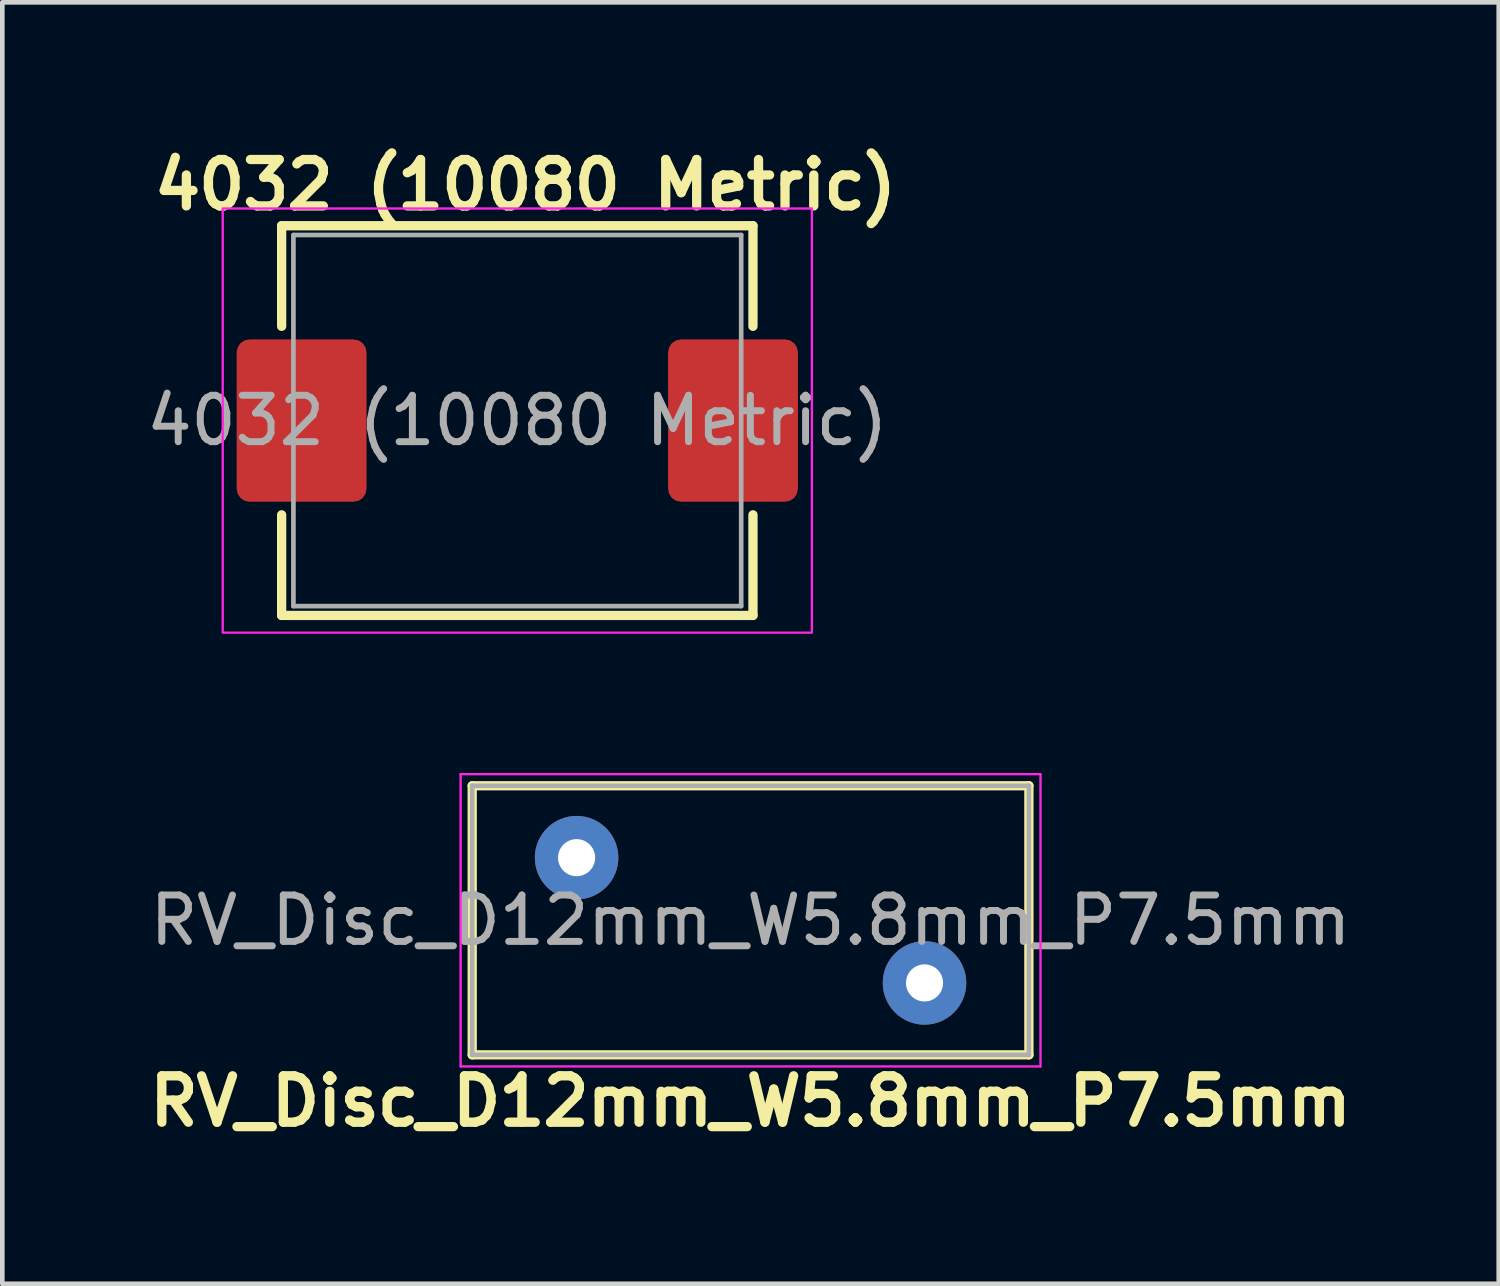
<source format=kicad_pcb>
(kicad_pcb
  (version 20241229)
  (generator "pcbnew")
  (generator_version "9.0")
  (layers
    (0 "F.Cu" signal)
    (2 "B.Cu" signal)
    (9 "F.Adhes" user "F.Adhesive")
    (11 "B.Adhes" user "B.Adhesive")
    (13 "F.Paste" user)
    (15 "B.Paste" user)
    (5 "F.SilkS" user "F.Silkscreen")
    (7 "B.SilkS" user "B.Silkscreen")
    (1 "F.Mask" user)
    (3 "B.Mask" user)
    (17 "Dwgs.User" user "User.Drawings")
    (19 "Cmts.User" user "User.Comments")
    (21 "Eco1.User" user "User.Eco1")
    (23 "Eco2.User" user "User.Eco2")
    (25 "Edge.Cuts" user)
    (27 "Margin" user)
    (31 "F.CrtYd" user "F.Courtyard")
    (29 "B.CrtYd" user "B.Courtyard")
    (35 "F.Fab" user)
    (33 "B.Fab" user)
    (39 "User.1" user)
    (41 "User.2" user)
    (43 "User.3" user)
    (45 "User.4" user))
  (footprint "4032 (10080 Metric)"
    (layer "F.Cu")
    (at 8.101 6.016)
    (property "Reference" "4032 (10080 Metric)" (at 0.176 -5.08 0) (unlocked yes) (layer "F.SilkS") (effects (font (size 1 1) (thickness 0.2) (bold yes))))
    (attr smd)
    (fp_line (start -5.08 -4.2) (end -5.08 -2.032) (stroke (width 0.2) (type default)) (layer "F.SilkS"))
    (fp_line (start -5.08 -4.2) (end 5.08 -4.2) (stroke (width 0.2) (type default)) (layer "F.SilkS"))
    (fp_line (start -5.08 4.2) (end -5.08 2.032) (stroke (width 0.2) (type default)) (layer "F.SilkS"))
    (fp_line (start -5.08 4.2) (end 5.08 4.2) (stroke (width 0.2) (type default)) (layer "F.SilkS"))
    (fp_line (start 5.08 -4.2) (end 5.08 -2.032) (stroke (width 0.2) (type default)) (layer "F.SilkS"))
    (fp_line (start 5.08 4.2) (end 5.08 2.032) (stroke (width 0.2) (type default)) (layer "F.SilkS"))
    (fp_rect (start -6.35 -4.572) (end 6.35 4.572) (stroke (width 0.05) (type default)) (fill no) (layer "F.CrtYd"))
    (fp_line (start -4.826 -4) (end 4.826 -4) (stroke (width 0.1) (type default)) (layer "F.Fab"))
    (fp_line (start -4.826 4) (end -4.826 -4) (stroke (width 0.1) (type default)) (layer "F.Fab"))
    (fp_line (start 4.826 -4) (end 4.826 4) (stroke (width 0.1) (type default)) (layer "F.Fab"))
    (fp_line (start 4.826 4) (end -4.826 4) (stroke (width 0.1) (type default)) (layer "F.Fab"))
    (fp_text user "${REFERENCE}" (at 0 0 0) (unlocked yes) (layer "F.Fab") (effects (font (size 1 1) (thickness 0.15))))
    (pad "1" smd roundrect (at -4.65 0 90) (size 3.5 2.8) (layers "F.Cu" "F.Mask" "F.Paste") (roundrect_rratio 0.1))
    (pad "2" smd roundrect (at 4.65 0 90) (size 3.5 2.8) (layers "F.Cu" "F.Mask" "F.Paste") (roundrect_rratio 0.1)))
  (footprint "RV_Disc_D12mm_W5.8mm_P7.5mm"
    (layer "F.Cu")
    (at 9.379 15.438)
    (property "Reference" "RV_Disc_D12mm_W5.8mm_P7.5mm" (at 3.75 5.25 0) (layer "F.SilkS") (effects (font (size 1 1) (thickness 0.2))))
    (attr through_hole)
    (fp_line (start -2.25 -1.55) (end -2.25 4.25) (stroke (width 0.2) (type solid)) (layer "F.SilkS"))
    (fp_line (start -2.25 -1.55) (end 9.75 -1.55) (stroke (width 0.2) (type solid)) (layer "F.SilkS"))
    (fp_line (start -2.25 4.25) (end 9.75 4.25) (stroke (width 0.2) (type solid)) (layer "F.SilkS"))
    (fp_line (start 9.75 -1.55) (end 9.75 4.25) (stroke (width 0.2) (type solid)) (layer "F.SilkS"))
    (fp_line (start -2.5 -1.8) (end -2.5 4.5) (stroke (width 0.05) (type solid)) (layer "F.CrtYd"))
    (fp_line (start -2.5 -1.8) (end 10 -1.8) (stroke (width 0.05) (type solid)) (layer "F.CrtYd"))
    (fp_line (start -2.5 4.5) (end 10 4.5) (stroke (width 0.05) (type solid)) (layer "F.CrtYd"))
    (fp_line (start 10 -1.8) (end 10 4.5) (stroke (width 0.05) (type solid)) (layer "F.CrtYd"))
    (fp_line (start -2.25 -1.55) (end -2.25 4.25) (stroke (width 0.1) (type solid)) (layer "F.Fab"))
    (fp_line (start -2.25 -1.55) (end 9.75 -1.55) (stroke (width 0.1) (type solid)) (layer "F.Fab"))
    (fp_line (start -2.25 4.25) (end 9.75 4.25) (stroke (width 0.1) (type solid)) (layer "F.Fab"))
    (fp_line (start 9.75 -1.55) (end 9.75 4.25) (stroke (width 0.1) (type solid)) (layer "F.Fab"))
    (fp_text user "${REFERENCE}" (at 3.75 1.35 0) (layer "F.Fab") (effects (font (size 1 1) (thickness 0.15))))
    (pad "1" thru_hole circle (at 0 0) (size 1.8 1.8) (drill 0.8) (layers "*.Cu" "*.Mask"))
    (pad "2" thru_hole circle (at 7.5 2.7) (size 1.8 1.8) (drill 0.8) (layers "*.Cu" "*.Mask")))
  (gr_rect
    (start -3 -3)
    (end 29.257 24.624)
    (stroke (width 0.1) (type default))
    (fill no)
    (layer "Edge.Cuts")))
</source>
